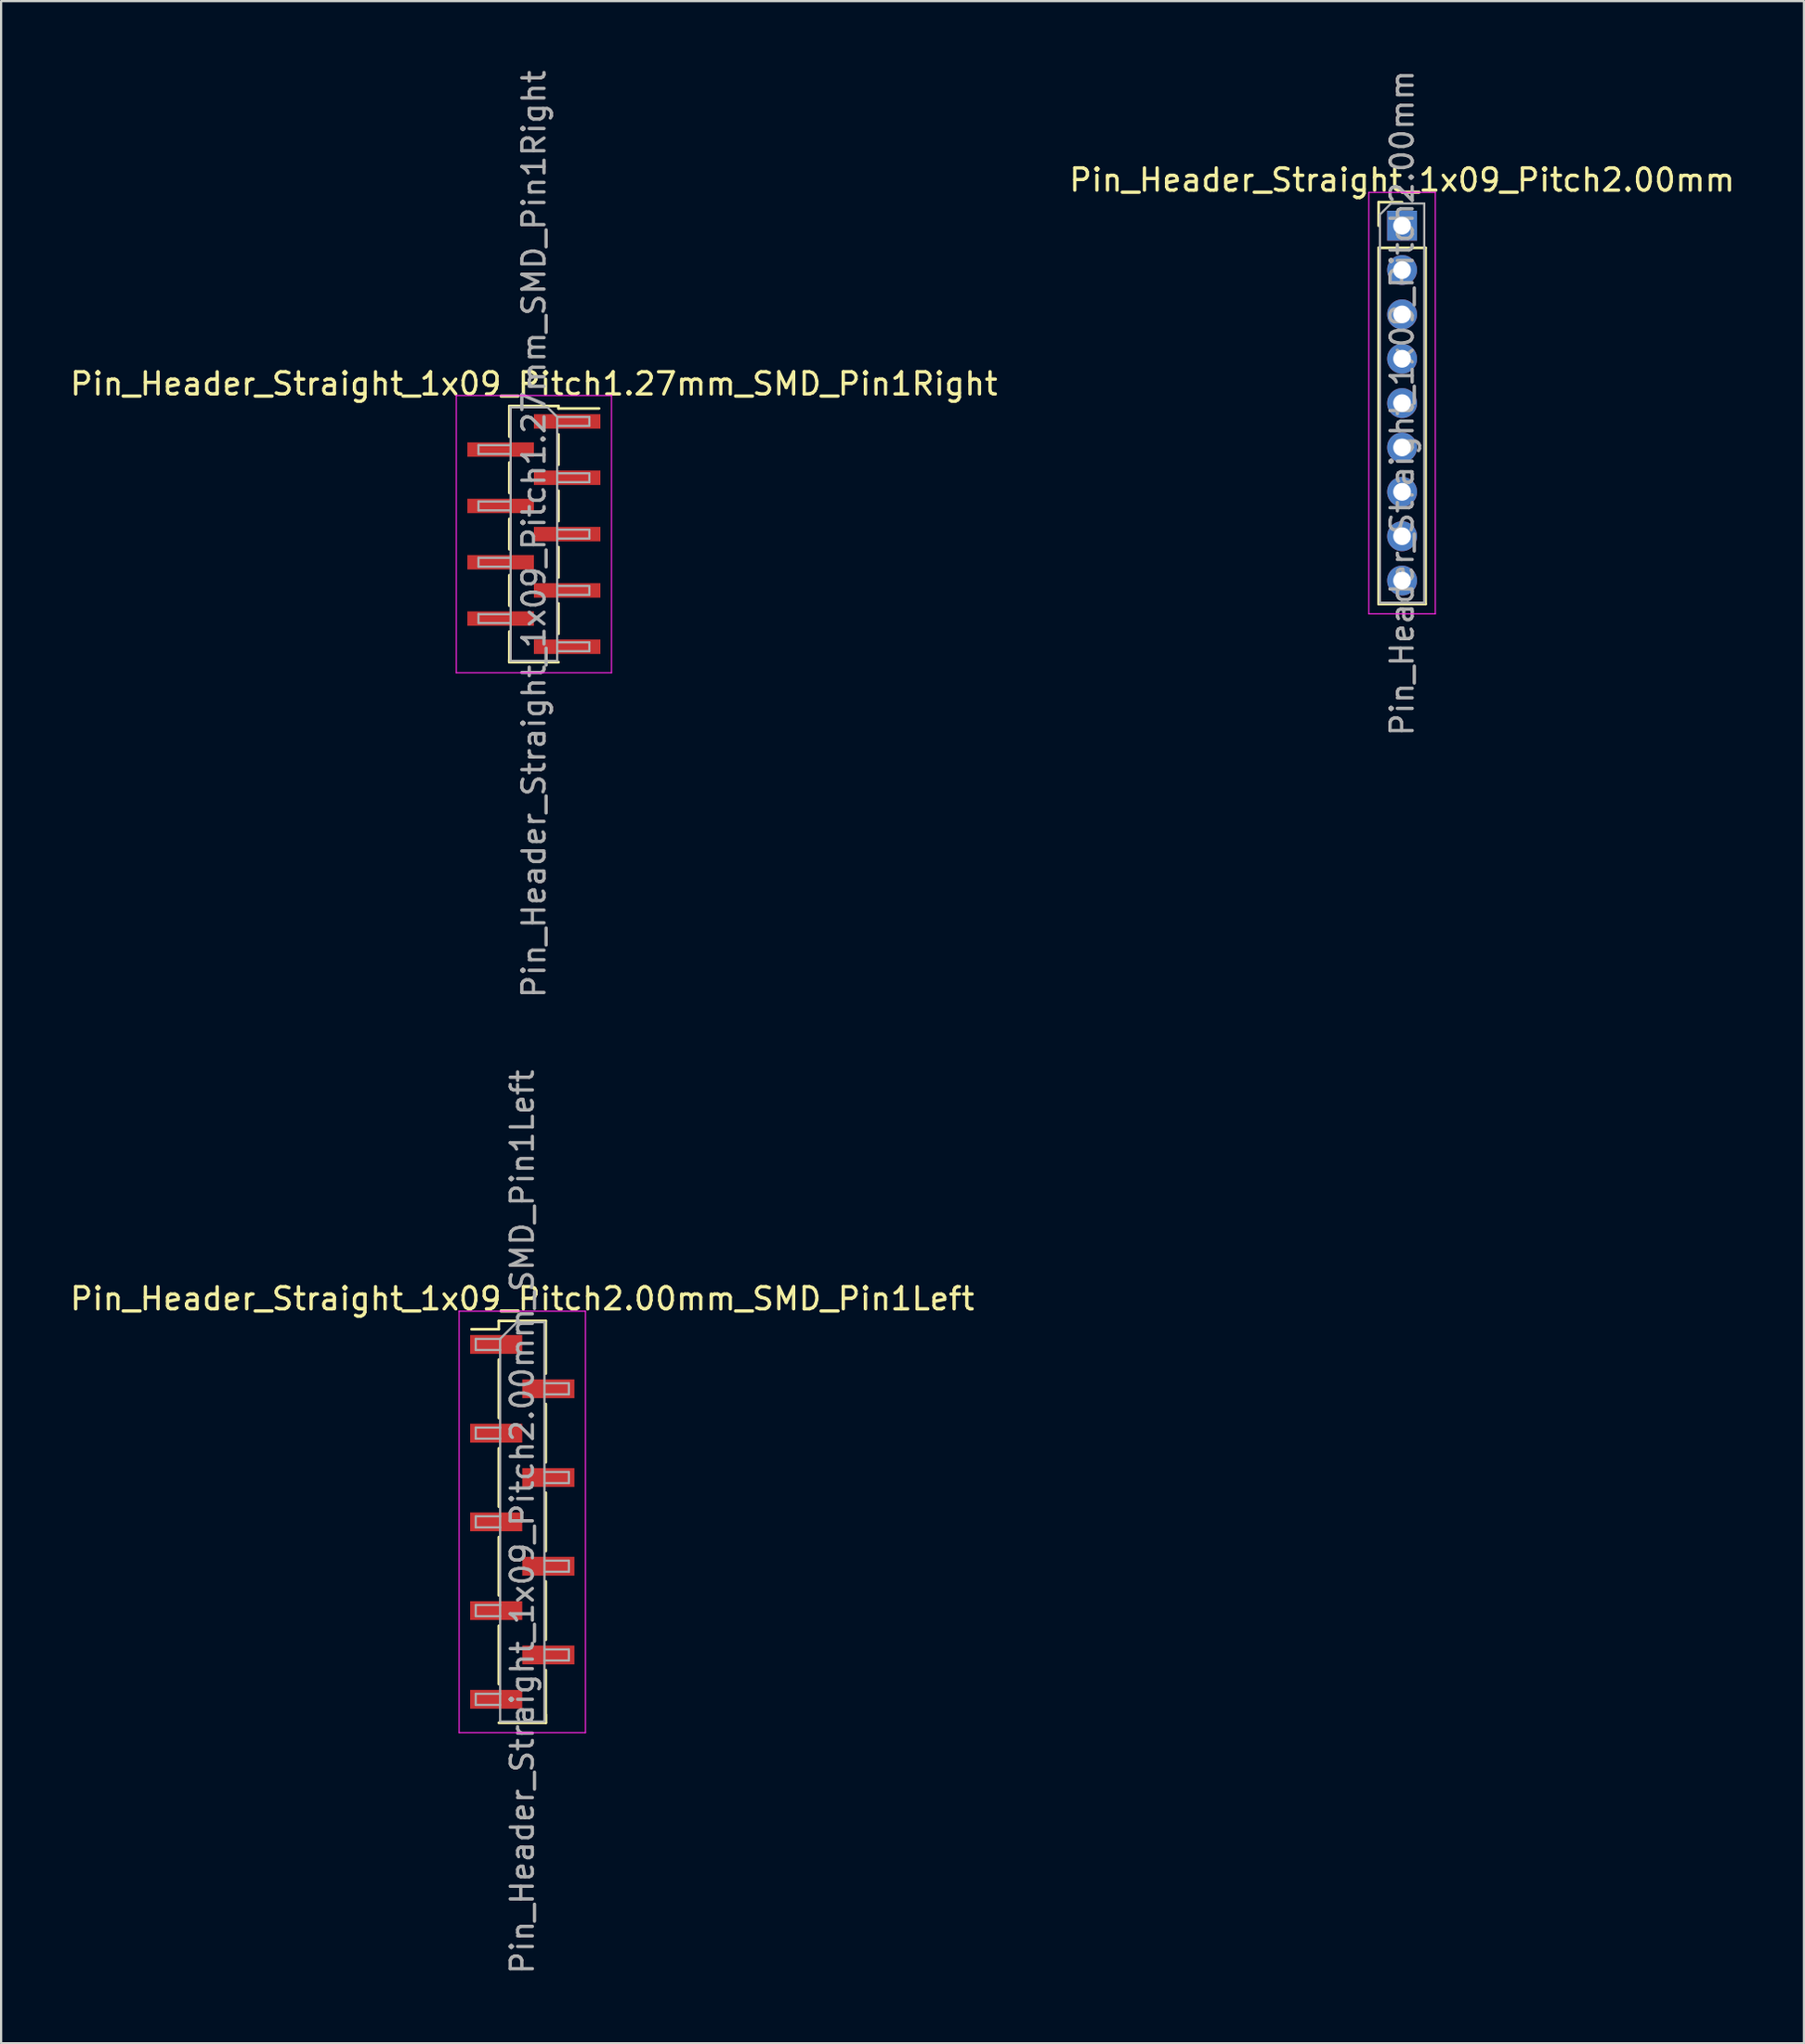
<source format=kicad_pcb>
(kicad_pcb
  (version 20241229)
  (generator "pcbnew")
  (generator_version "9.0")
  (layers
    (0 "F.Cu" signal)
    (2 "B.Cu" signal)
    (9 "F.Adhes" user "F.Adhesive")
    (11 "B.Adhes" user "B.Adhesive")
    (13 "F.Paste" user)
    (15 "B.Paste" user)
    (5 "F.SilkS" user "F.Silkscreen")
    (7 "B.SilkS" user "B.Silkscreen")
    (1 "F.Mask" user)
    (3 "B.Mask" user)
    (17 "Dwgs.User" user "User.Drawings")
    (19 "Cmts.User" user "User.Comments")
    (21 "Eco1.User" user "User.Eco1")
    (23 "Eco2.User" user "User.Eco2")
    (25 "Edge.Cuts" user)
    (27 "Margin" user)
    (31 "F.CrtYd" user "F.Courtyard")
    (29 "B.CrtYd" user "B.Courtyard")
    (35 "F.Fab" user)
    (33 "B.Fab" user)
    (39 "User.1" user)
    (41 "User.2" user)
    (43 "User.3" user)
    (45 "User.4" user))
  (footprint "Pin_Header_Straight_1x09_Pitch2.00mm_SMD_Pin1Left"
    (layer "F.Cu")
    (at 20.506 65.565)
    (property "Reference" "Pin_Header_Straight_1x09_Pitch2.00mm_SMD_Pin1Left" (at 0 -10.06 0) (layer "F.SilkS") (effects (font (size 1 1) (thickness 0.15))))
    (attr smd)
    (fp_line (start -1.06 -9.06) (end -1.06 -8.685) (stroke (width 0.12) (type solid)) (layer "F.SilkS"))
    (fp_line (start -1.06 -9.06) (end 1.06 -9.06) (stroke (width 0.12) (type solid)) (layer "F.SilkS"))
    (fp_line (start -1.06 -8.685) (end -2.29 -8.685) (stroke (width 0.12) (type solid)) (layer "F.SilkS"))
    (fp_line (start -1.06 -7.315) (end -1.06 -4.685) (stroke (width 0.12) (type solid)) (layer "F.SilkS"))
    (fp_line (start -1.06 -3.315) (end -1.06 -0.685) (stroke (width 0.12) (type solid)) (layer "F.SilkS"))
    (fp_line (start -1.06 0.685) (end -1.06 3.315) (stroke (width 0.12) (type solid)) (layer "F.SilkS"))
    (fp_line (start -1.06 4.685) (end -1.06 7.315) (stroke (width 0.12) (type solid)) (layer "F.SilkS"))
    (fp_line (start -1.06 9.06) (end 1.06 9.06) (stroke (width 0.12) (type solid)) (layer "F.SilkS"))
    (fp_line (start 1.06 -9.06) (end 1.06 -6.685) (stroke (width 0.12) (type solid)) (layer "F.SilkS"))
    (fp_line (start 1.06 -5.315) (end 1.06 -2.685) (stroke (width 0.12) (type solid)) (layer "F.SilkS"))
    (fp_line (start 1.06 -1.315) (end 1.06 1.315) (stroke (width 0.12) (type solid)) (layer "F.SilkS"))
    (fp_line (start 1.06 2.685) (end 1.06 5.315) (stroke (width 0.12) (type solid)) (layer "F.SilkS"))
    (fp_line (start 1.06 6.685) (end 1.06 9.06) (stroke (width 0.12) (type solid)) (layer "F.SilkS"))
    (fp_line (start 1.06 8.685) (end 1.06 9.06) (stroke (width 0.12) (type solid)) (layer "F.SilkS"))
    (fp_line (start -2.85 -9.5) (end -2.85 9.5) (stroke (width 0.05) (type solid)) (layer "F.CrtYd"))
    (fp_line (start -2.85 9.5) (end 2.85 9.5) (stroke (width 0.05) (type solid)) (layer "F.CrtYd"))
    (fp_line (start 2.85 -9.5) (end -2.85 -9.5) (stroke (width 0.05) (type solid)) (layer "F.CrtYd"))
    (fp_line (start 2.85 9.5) (end 2.85 -9.5) (stroke (width 0.05) (type solid)) (layer "F.CrtYd"))
    (fp_line (start -2.1 -8.25) (end -2.1 -7.75) (stroke (width 0.1) (type solid)) (layer "F.Fab"))
    (fp_line (start -2.1 -7.75) (end -1 -7.75) (stroke (width 0.1) (type solid)) (layer "F.Fab"))
    (fp_line (start -2.1 -4.25) (end -2.1 -3.75) (stroke (width 0.1) (type solid)) (layer "F.Fab"))
    (fp_line (start -2.1 -3.75) (end -1 -3.75) (stroke (width 0.1) (type solid)) (layer "F.Fab"))
    (fp_line (start -2.1 -0.25) (end -2.1 0.25) (stroke (width 0.1) (type solid)) (layer "F.Fab"))
    (fp_line (start -2.1 0.25) (end -1 0.25) (stroke (width 0.1) (type solid)) (layer "F.Fab"))
    (fp_line (start -2.1 3.75) (end -2.1 4.25) (stroke (width 0.1) (type solid)) (layer "F.Fab"))
    (fp_line (start -2.1 4.25) (end -1 4.25) (stroke (width 0.1) (type solid)) (layer "F.Fab"))
    (fp_line (start -2.1 7.75) (end -2.1 8.25) (stroke (width 0.1) (type solid)) (layer "F.Fab"))
    (fp_line (start -2.1 8.25) (end -1 8.25) (stroke (width 0.1) (type solid)) (layer "F.Fab"))
    (fp_line (start -1 -8.25) (end -2.1 -8.25) (stroke (width 0.1) (type solid)) (layer "F.Fab"))
    (fp_line (start -1 -8.25) (end -0.25 -9) (stroke (width 0.1) (type solid)) (layer "F.Fab"))
    (fp_line (start -1 -4.25) (end -2.1 -4.25) (stroke (width 0.1) (type solid)) (layer "F.Fab"))
    (fp_line (start -1 -0.25) (end -2.1 -0.25) (stroke (width 0.1) (type solid)) (layer "F.Fab"))
    (fp_line (start -1 3.75) (end -2.1 3.75) (stroke (width 0.1) (type solid)) (layer "F.Fab"))
    (fp_line (start -1 7.75) (end -2.1 7.75) (stroke (width 0.1) (type solid)) (layer "F.Fab"))
    (fp_line (start -1 9) (end -1 -8.25) (stroke (width 0.1) (type solid)) (layer "F.Fab"))
    (fp_line (start -0.25 -9) (end 1 -9) (stroke (width 0.1) (type solid)) (layer "F.Fab"))
    (fp_line (start 1 -9) (end 1 9) (stroke (width 0.1) (type solid)) (layer "F.Fab"))
    (fp_line (start 1 -6.25) (end 2.1 -6.25) (stroke (width 0.1) (type solid)) (layer "F.Fab"))
    (fp_line (start 1 -2.25) (end 2.1 -2.25) (stroke (width 0.1) (type solid)) (layer "F.Fab"))
    (fp_line (start 1 1.75) (end 2.1 1.75) (stroke (width 0.1) (type solid)) (layer "F.Fab"))
    (fp_line (start 1 5.75) (end 2.1 5.75) (stroke (width 0.1) (type solid)) (layer "F.Fab"))
    (fp_line (start 1 9) (end -1 9) (stroke (width 0.1) (type solid)) (layer "F.Fab"))
    (fp_line (start 2.1 -6.25) (end 2.1 -5.75) (stroke (width 0.1) (type solid)) (layer "F.Fab"))
    (fp_line (start 2.1 -5.75) (end 1 -5.75) (stroke (width 0.1) (type solid)) (layer "F.Fab"))
    (fp_line (start 2.1 -2.25) (end 2.1 -1.75) (stroke (width 0.1) (type solid)) (layer "F.Fab"))
    (fp_line (start 2.1 -1.75) (end 1 -1.75) (stroke (width 0.1) (type solid)) (layer "F.Fab"))
    (fp_line (start 2.1 1.75) (end 2.1 2.25) (stroke (width 0.1) (type solid)) (layer "F.Fab"))
    (fp_line (start 2.1 2.25) (end 1 2.25) (stroke (width 0.1) (type solid)) (layer "F.Fab"))
    (fp_line (start 2.1 5.75) (end 2.1 6.25) (stroke (width 0.1) (type solid)) (layer "F.Fab"))
    (fp_line (start 2.1 6.25) (end 1 6.25) (stroke (width 0.1) (type solid)) (layer "F.Fab"))
    (fp_text user "${REFERENCE}" (at 0 0 90) (layer "F.Fab") (effects (font (size 1 1) (thickness 0.15))))
    (pad "1" smd rect (at -1.175 -8) (size 2.35 0.85) (layers "F.Cu" "F.Mask" "F.Paste"))
    (pad "2" smd rect (at 1.175 -6) (size 2.35 0.85) (layers "F.Cu" "F.Mask" "F.Paste"))
    (pad "3" smd rect (at -1.175 -4) (size 2.35 0.85) (layers "F.Cu" "F.Mask" "F.Paste"))
    (pad "4" smd rect (at 1.175 -2) (size 2.35 0.85) (layers "F.Cu" "F.Mask" "F.Paste"))
    (pad "5" smd rect (at -1.175 0) (size 2.35 0.85) (layers "F.Cu" "F.Mask" "F.Paste"))
    (pad "6" smd rect (at 1.175 2) (size 2.35 0.85) (layers "F.Cu" "F.Mask" "F.Paste"))
    (pad "7" smd rect (at -1.175 4) (size 2.35 0.85) (layers "F.Cu" "F.Mask" "F.Paste"))
    (pad "8" smd rect (at 1.175 6) (size 2.35 0.85) (layers "F.Cu" "F.Mask" "F.Paste"))
    (pad "9" smd rect (at -1.175 8) (size 2.35 0.85) (layers "F.Cu" "F.Mask" "F.Paste")))
  (footprint "Pin_Header_Straight_1x09_Pitch1.27mm_SMD_Pin1Right"
    (layer "F.Cu")
    (at 21.03 21.03)
    (property "Reference" "Pin_Header_Straight_1x09_Pitch1.27mm_SMD_Pin1Right" (at 0 -6.775 0) (layer "F.SilkS") (effects (font (size 1 1) (thickness 0.15))))
    (attr smd)
    (fp_line (start -1.11 -5.775) (end 1.11 -5.775) (stroke (width 0.12) (type solid)) (layer "F.SilkS"))
    (fp_line (start -1.11 -5.765) (end -1.11 -4.395) (stroke (width 0.12) (type solid)) (layer "F.SilkS"))
    (fp_line (start -1.11 -3.225) (end -1.11 -1.855) (stroke (width 0.12) (type solid)) (layer "F.SilkS"))
    (fp_line (start -1.11 -0.685) (end -1.11 0.685) (stroke (width 0.12) (type solid)) (layer "F.SilkS"))
    (fp_line (start -1.11 1.855) (end -1.11 3.225) (stroke (width 0.12) (type solid)) (layer "F.SilkS"))
    (fp_line (start -1.11 4.395) (end -1.11 5.765) (stroke (width 0.12) (type solid)) (layer "F.SilkS"))
    (fp_line (start -1.11 5.665) (end -1.11 5.775) (stroke (width 0.12) (type solid)) (layer "F.SilkS"))
    (fp_line (start -1.11 5.775) (end 1.11 5.775) (stroke (width 0.12) (type solid)) (layer "F.SilkS"))
    (fp_line (start 1.11 -5.775) (end 1.11 -5.665) (stroke (width 0.12) (type solid)) (layer "F.SilkS"))
    (fp_line (start 1.11 -5.665) (end 2.94 -5.665) (stroke (width 0.12) (type solid)) (layer "F.SilkS"))
    (fp_line (start 1.11 -4.495) (end 1.11 -3.125) (stroke (width 0.12) (type solid)) (layer "F.SilkS"))
    (fp_line (start 1.11 -1.955) (end 1.11 -0.585) (stroke (width 0.12) (type solid)) (layer "F.SilkS"))
    (fp_line (start 1.11 0.585) (end 1.11 1.955) (stroke (width 0.12) (type solid)) (layer "F.SilkS"))
    (fp_line (start 1.11 3.125) (end 1.11 4.495) (stroke (width 0.12) (type solid)) (layer "F.SilkS"))
    (fp_line (start -3.5 -6.25) (end -3.5 6.25) (stroke (width 0.05) (type solid)) (layer "F.CrtYd"))
    (fp_line (start -3.5 6.25) (end 3.5 6.25) (stroke (width 0.05) (type solid)) (layer "F.CrtYd"))
    (fp_line (start 3.5 -6.25) (end -3.5 -6.25) (stroke (width 0.05) (type solid)) (layer "F.CrtYd"))
    (fp_line (start 3.5 6.25) (end 3.5 -6.25) (stroke (width 0.05) (type solid)) (layer "F.CrtYd"))
    (fp_line (start -2.5 -4.01) (end -2.5 -3.61) (stroke (width 0.1) (type solid)) (layer "F.Fab"))
    (fp_line (start -2.5 -3.61) (end -1.05 -3.61) (stroke (width 0.1) (type solid)) (layer "F.Fab"))
    (fp_line (start -2.5 -1.47) (end -2.5 -1.07) (stroke (width 0.1) (type solid)) (layer "F.Fab"))
    (fp_line (start -2.5 -1.07) (end -1.05 -1.07) (stroke (width 0.1) (type solid)) (layer "F.Fab"))
    (fp_line (start -2.5 1.07) (end -2.5 1.47) (stroke (width 0.1) (type solid)) (layer "F.Fab"))
    (fp_line (start -2.5 1.47) (end -1.05 1.47) (stroke (width 0.1) (type solid)) (layer "F.Fab"))
    (fp_line (start -2.5 3.61) (end -2.5 4.01) (stroke (width 0.1) (type solid)) (layer "F.Fab"))
    (fp_line (start -2.5 4.01) (end -1.05 4.01) (stroke (width 0.1) (type solid)) (layer "F.Fab"))
    (fp_line (start -1.05 -5.715) (end -1.05 5.715) (stroke (width 0.1) (type solid)) (layer "F.Fab"))
    (fp_line (start -1.05 -5.715) (end 0.615 -5.715) (stroke (width 0.1) (type solid)) (layer "F.Fab"))
    (fp_line (start -1.05 -4.01) (end -2.5 -4.01) (stroke (width 0.1) (type solid)) (layer "F.Fab"))
    (fp_line (start -1.05 -1.47) (end -2.5 -1.47) (stroke (width 0.1) (type solid)) (layer "F.Fab"))
    (fp_line (start -1.05 1.07) (end -2.5 1.07) (stroke (width 0.1) (type solid)) (layer "F.Fab"))
    (fp_line (start -1.05 3.61) (end -2.5 3.61) (stroke (width 0.1) (type solid)) (layer "F.Fab"))
    (fp_line (start 1.05 -5.28) (end 0.615 -5.715) (stroke (width 0.1) (type solid)) (layer "F.Fab"))
    (fp_line (start 1.05 -5.28) (end 2.5 -5.28) (stroke (width 0.1) (type solid)) (layer "F.Fab"))
    (fp_line (start 1.05 -2.74) (end 2.5 -2.74) (stroke (width 0.1) (type solid)) (layer "F.Fab"))
    (fp_line (start 1.05 -0.2) (end 2.5 -0.2) (stroke (width 0.1) (type solid)) (layer "F.Fab"))
    (fp_line (start 1.05 2.34) (end 2.5 2.34) (stroke (width 0.1) (type solid)) (layer "F.Fab"))
    (fp_line (start 1.05 4.88) (end 2.5 4.88) (stroke (width 0.1) (type solid)) (layer "F.Fab"))
    (fp_line (start 1.05 5.715) (end -1.05 5.715) (stroke (width 0.1) (type solid)) (layer "F.Fab"))
    (fp_line (start 1.05 5.715) (end 1.05 -5.28) (stroke (width 0.1) (type solid)) (layer "F.Fab"))
    (fp_line (start 2.5 -5.28) (end 2.5 -4.88) (stroke (width 0.1) (type solid)) (layer "F.Fab"))
    (fp_line (start 2.5 -4.88) (end 1.05 -4.88) (stroke (width 0.1) (type solid)) (layer "F.Fab"))
    (fp_line (start 2.5 -2.74) (end 2.5 -2.34) (stroke (width 0.1) (type solid)) (layer "F.Fab"))
    (fp_line (start 2.5 -2.34) (end 1.05 -2.34) (stroke (width 0.1) (type solid)) (layer "F.Fab"))
    (fp_line (start 2.5 -0.2) (end 2.5 0.2) (stroke (width 0.1) (type solid)) (layer "F.Fab"))
    (fp_line (start 2.5 0.2) (end 1.05 0.2) (stroke (width 0.1) (type solid)) (layer "F.Fab"))
    (fp_line (start 2.5 2.34) (end 2.5 2.74) (stroke (width 0.1) (type solid)) (layer "F.Fab"))
    (fp_line (start 2.5 2.74) (end 1.05 2.74) (stroke (width 0.1) (type solid)) (layer "F.Fab"))
    (fp_line (start 2.5 4.88) (end 2.5 5.28) (stroke (width 0.1) (type solid)) (layer "F.Fab"))
    (fp_line (start 2.5 5.28) (end 1.05 5.28) (stroke (width 0.1) (type solid)) (layer "F.Fab"))
    (fp_text user "${REFERENCE}" (at 0 0 90) (layer "F.Fab") (effects (font (size 1 1) (thickness 0.15))))
    (pad "1" smd rect (at 1.5 -5.08) (size 3 0.65) (layers "F.Cu" "F.Mask" "F.Paste"))
    (pad "2" smd rect (at -1.5 -3.81) (size 3 0.65) (layers "F.Cu" "F.Mask" "F.Paste"))
    (pad "3" smd rect (at 1.5 -2.54) (size 3 0.65) (layers "F.Cu" "F.Mask" "F.Paste"))
    (pad "4" smd rect (at -1.5 -1.27) (size 3 0.65) (layers "F.Cu" "F.Mask" "F.Paste"))
    (pad "5" smd rect (at 1.5 0) (size 3 0.65) (layers "F.Cu" "F.Mask" "F.Paste"))
    (pad "6" smd rect (at -1.5 1.27) (size 3 0.65) (layers "F.Cu" "F.Mask" "F.Paste"))
    (pad "7" smd rect (at 1.5 2.54) (size 3 0.65) (layers "F.Cu" "F.Mask" "F.Paste"))
    (pad "8" smd rect (at -1.5 3.81) (size 3 0.65) (layers "F.Cu" "F.Mask" "F.Paste"))
    (pad "9" smd rect (at 1.5 5.08) (size 3 0.65) (layers "F.Cu" "F.Mask" "F.Paste")))
  (footprint "Pin_Header_Straight_1x09_Pitch2.00mm"
    (layer "F.Cu")
    (at 60.185 7.125)
    (property "Reference" "Pin_Header_Straight_1x09_Pitch2.00mm" (at 0 -2.06 0) (layer "F.SilkS") (effects (font (size 1 1) (thickness 0.15))))
    (attr through_hole)
    (fp_line (start -1.06 -1.06) (end 0 -1.06) (stroke (width 0.12) (type solid)) (layer "F.SilkS"))
    (fp_line (start -1.06 0) (end -1.06 -1.06) (stroke (width 0.12) (type solid)) (layer "F.SilkS"))
    (fp_line (start -1.06 1) (end -1.06 17.06) (stroke (width 0.12) (type solid)) (layer "F.SilkS"))
    (fp_line (start -1.06 1) (end 1.06 1) (stroke (width 0.12) (type solid)) (layer "F.SilkS"))
    (fp_line (start -1.06 17.06) (end 1.06 17.06) (stroke (width 0.12) (type solid)) (layer "F.SilkS"))
    (fp_line (start 1.06 1) (end 1.06 17.06) (stroke (width 0.12) (type solid)) (layer "F.SilkS"))
    (fp_line (start -1.5 -1.5) (end -1.5 17.5) (stroke (width 0.05) (type solid)) (layer "F.CrtYd"))
    (fp_line (start -1.5 17.5) (end 1.5 17.5) (stroke (width 0.05) (type solid)) (layer "F.CrtYd"))
    (fp_line (start 1.5 -1.5) (end -1.5 -1.5) (stroke (width 0.05) (type solid)) (layer "F.CrtYd"))
    (fp_line (start 1.5 17.5) (end 1.5 -1.5) (stroke (width 0.05) (type solid)) (layer "F.CrtYd"))
    (fp_line (start -1 -0.5) (end -0.5 -1) (stroke (width 0.1) (type solid)) (layer "F.Fab"))
    (fp_line (start -1 17) (end -1 -0.5) (stroke (width 0.1) (type solid)) (layer "F.Fab"))
    (fp_line (start -0.5 -1) (end 1 -1) (stroke (width 0.1) (type solid)) (layer "F.Fab"))
    (fp_line (start 1 -1) (end 1 17) (stroke (width 0.1) (type solid)) (layer "F.Fab"))
    (fp_line (start 1 17) (end -1 17) (stroke (width 0.1) (type solid)) (layer "F.Fab"))
    (fp_text user "${REFERENCE}" (at 0 8 90) (layer "F.Fab") (effects (font (size 1 1) (thickness 0.15))))
    (pad "1" thru_hole rect (at 0 0) (size 1.35 1.35) (drill 0.8) (layers "*.Cu" "*.Mask"))
    (pad "2" thru_hole oval (at 0 2) (size 1.35 1.35) (drill 0.8) (layers "*.Cu" "*.Mask"))
    (pad "3" thru_hole oval (at 0 4) (size 1.35 1.35) (drill 0.8) (layers "*.Cu" "*.Mask"))
    (pad "4" thru_hole oval (at 0 6) (size 1.35 1.35) (drill 0.8) (layers "*.Cu" "*.Mask"))
    (pad "5" thru_hole oval (at 0 8) (size 1.35 1.35) (drill 0.8) (layers "*.Cu" "*.Mask"))
    (pad "6" thru_hole oval (at 0 10) (size 1.35 1.35) (drill 0.8) (layers "*.Cu" "*.Mask"))
    (pad "7" thru_hole oval (at 0 12) (size 1.35 1.35) (drill 0.8) (layers "*.Cu" "*.Mask"))
    (pad "8" thru_hole oval (at 0 14) (size 1.35 1.35) (drill 0.8) (layers "*.Cu" "*.Mask"))
    (pad "9" thru_hole oval (at 0 16) (size 1.35 1.35) (drill 0.8) (layers "*.Cu" "*.Mask")))
  (gr_rect
    (start -3 -3)
    (end 78.31 89.071)
    (stroke (width 0.1) (type default))
    (fill no)
    (layer "Edge.Cuts")))
</source>
